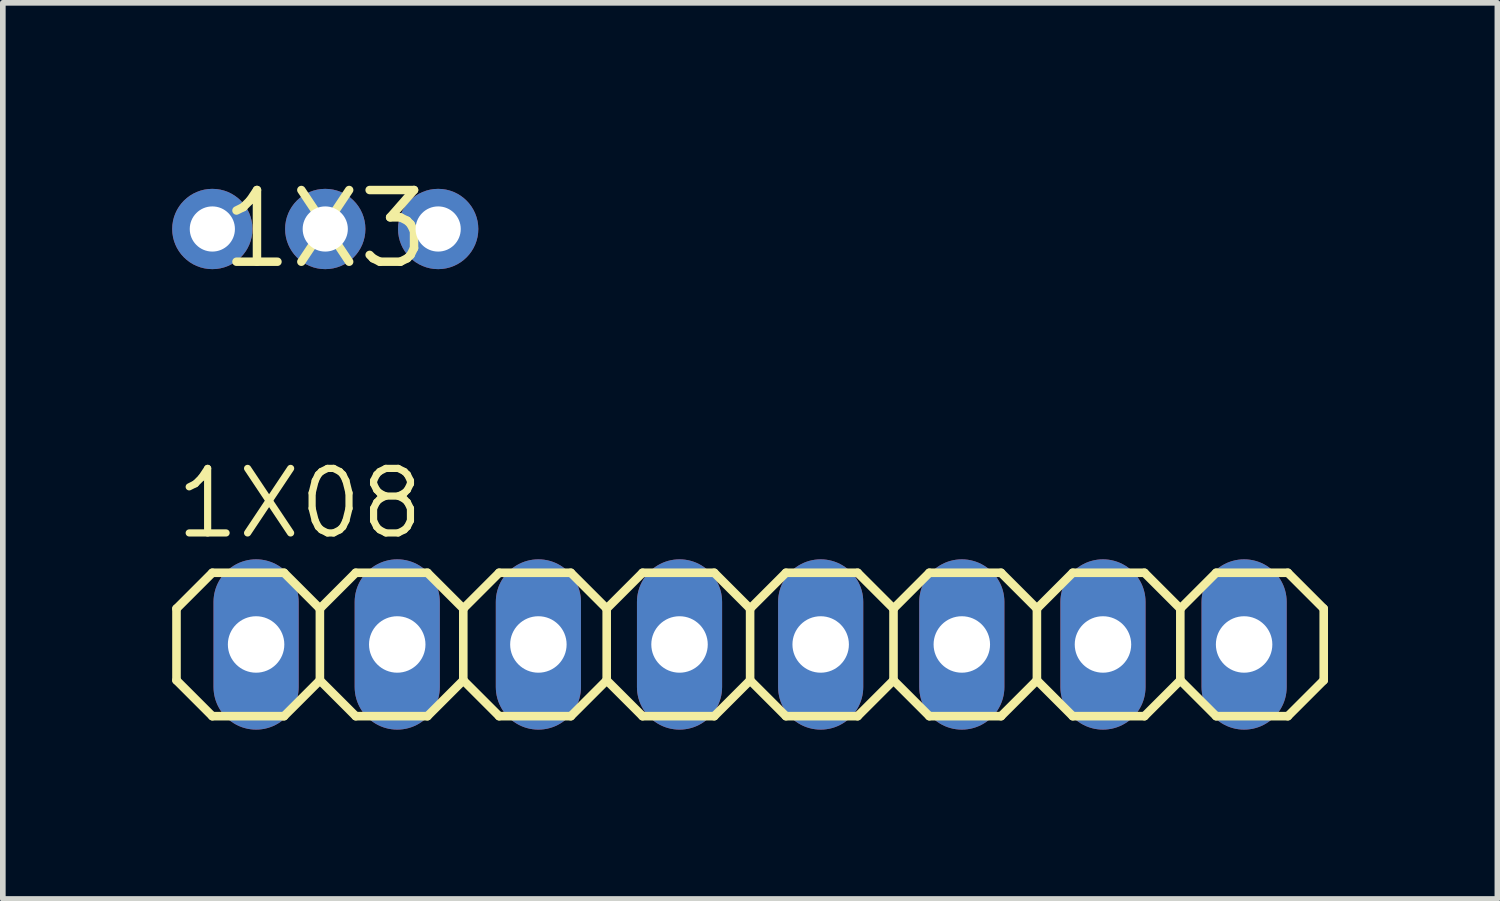
<source format=kicad_pcb>
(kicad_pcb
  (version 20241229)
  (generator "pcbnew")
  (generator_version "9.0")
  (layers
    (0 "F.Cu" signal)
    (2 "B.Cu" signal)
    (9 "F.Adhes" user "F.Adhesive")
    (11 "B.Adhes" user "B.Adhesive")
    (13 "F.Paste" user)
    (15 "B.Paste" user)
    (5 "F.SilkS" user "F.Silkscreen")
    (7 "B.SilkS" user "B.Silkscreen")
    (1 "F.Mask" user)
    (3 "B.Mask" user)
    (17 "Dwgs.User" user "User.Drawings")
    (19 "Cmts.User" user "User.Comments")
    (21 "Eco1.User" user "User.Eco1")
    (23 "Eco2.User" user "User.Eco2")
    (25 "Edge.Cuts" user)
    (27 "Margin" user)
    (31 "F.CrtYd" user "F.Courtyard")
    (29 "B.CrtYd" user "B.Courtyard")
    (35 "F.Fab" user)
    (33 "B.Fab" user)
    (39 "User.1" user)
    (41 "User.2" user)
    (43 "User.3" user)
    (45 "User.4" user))
  (footprint "1X3"
    (layer "F.Cu")
    (at 2.711 1.006)
    (property "Reference" "1X3" (at 0 0 0) (layer "F.SilkS") (effects (font (size 1.27 1.27) (thickness 0.15))))
    (fp_poly (pts (xy -2.254 0.254) (xy -1.746 0.254) (xy -1.746 -0.254) (xy -2.254 -0.254)) (stroke (width 0) (type solid)) (fill yes) (layer "F.SilkS"))
    (fp_poly (pts (xy -0.254 0.254) (xy 0.254 0.254) (xy 0.254 -0.254) (xy -0.254 -0.254)) (stroke (width 0) (type solid)) (fill yes) (layer "F.SilkS"))
    (fp_poly (pts (xy 1.746 0.254) (xy 2.254 0.254) (xy 2.254 -0.254) (xy 1.746 -0.254)) (stroke (width 0) (type solid)) (fill yes) (layer "F.SilkS"))
    (pad "1" thru_hole circle (at -2 0) (size 1.422 1.422) (drill 0.8) (layers "*.Cu" "*.Mask"))
    (pad "2" thru_hole circle (at 0 0) (size 1.422 1.422) (drill 0.8) (layers "*.Cu" "*.Mask"))
    (pad "3" thru_hole circle (at 2 0) (size 1.422 1.422) (drill 0.8) (layers "*.Cu" "*.Mask")))
  (footprint "1X08"
    (layer "F.Cu")
    (at 10.236 8.365)
    (property "Reference" "1X08" (at -10.236 -1.829 0) (layer "F.SilkS") (effects (font (size 1.143 1.143) (thickness 0.127)) (justify left bottom)))
    (fp_line (start -10.16 -0.635) (end -10.16 0.635) (stroke (width 0.152) (type solid)) (layer "F.SilkS"))
    (fp_line (start -10.16 0.635) (end -9.525 1.27) (stroke (width 0.152) (type solid)) (layer "F.SilkS"))
    (fp_line (start -9.525 -1.27) (end -10.16 -0.635) (stroke (width 0.152) (type solid)) (layer "F.SilkS"))
    (fp_line (start -9.525 -1.27) (end -8.255 -1.27) (stroke (width 0.152) (type solid)) (layer "F.SilkS"))
    (fp_line (start -8.255 -1.27) (end -7.62 -0.635) (stroke (width 0.152) (type solid)) (layer "F.SilkS"))
    (fp_line (start -8.255 1.27) (end -9.525 1.27) (stroke (width 0.152) (type solid)) (layer "F.SilkS"))
    (fp_line (start -7.62 -0.635) (end -7.62 0.635) (stroke (width 0.152) (type solid)) (layer "F.SilkS"))
    (fp_line (start -7.62 -0.635) (end -6.985 -1.27) (stroke (width 0.152) (type solid)) (layer "F.SilkS"))
    (fp_line (start -7.62 0.635) (end -8.255 1.27) (stroke (width 0.152) (type solid)) (layer "F.SilkS"))
    (fp_line (start -6.985 -1.27) (end -5.715 -1.27) (stroke (width 0.152) (type solid)) (layer "F.SilkS"))
    (fp_line (start -6.985 1.27) (end -7.62 0.635) (stroke (width 0.152) (type solid)) (layer "F.SilkS"))
    (fp_line (start -5.715 -1.27) (end -5.08 -0.635) (stroke (width 0.152) (type solid)) (layer "F.SilkS"))
    (fp_line (start -5.715 1.27) (end -6.985 1.27) (stroke (width 0.152) (type solid)) (layer "F.SilkS"))
    (fp_line (start -5.08 -0.635) (end -5.08 0.635) (stroke (width 0.152) (type solid)) (layer "F.SilkS"))
    (fp_line (start -5.08 -0.635) (end -4.445 -1.27) (stroke (width 0.152) (type solid)) (layer "F.SilkS"))
    (fp_line (start -5.08 0.635) (end -5.715 1.27) (stroke (width 0.152) (type solid)) (layer "F.SilkS"))
    (fp_line (start -4.445 -1.27) (end -3.175 -1.27) (stroke (width 0.152) (type solid)) (layer "F.SilkS"))
    (fp_line (start -4.445 1.27) (end -5.08 0.635) (stroke (width 0.152) (type solid)) (layer "F.SilkS"))
    (fp_line (start -3.175 -1.27) (end -2.54 -0.635) (stroke (width 0.152) (type solid)) (layer "F.SilkS"))
    (fp_line (start -3.175 1.27) (end -4.445 1.27) (stroke (width 0.152) (type solid)) (layer "F.SilkS"))
    (fp_line (start -2.54 -0.635) (end -2.54 0.635) (stroke (width 0.152) (type solid)) (layer "F.SilkS"))
    (fp_line (start -2.54 0.635) (end -3.175 1.27) (stroke (width 0.152) (type solid)) (layer "F.SilkS"))
    (fp_line (start -2.54 0.635) (end -1.905 1.27) (stroke (width 0.152) (type solid)) (layer "F.SilkS"))
    (fp_line (start -1.905 -1.27) (end -2.54 -0.635) (stroke (width 0.152) (type solid)) (layer "F.SilkS"))
    (fp_line (start -1.905 -1.27) (end -0.635 -1.27) (stroke (width 0.152) (type solid)) (layer "F.SilkS"))
    (fp_line (start -0.635 -1.27) (end 0 -0.635) (stroke (width 0.152) (type solid)) (layer "F.SilkS"))
    (fp_line (start -0.635 1.27) (end -1.905 1.27) (stroke (width 0.152) (type solid)) (layer "F.SilkS"))
    (fp_line (start 0 -0.635) (end 0 0.635) (stroke (width 0.152) (type solid)) (layer "F.SilkS"))
    (fp_line (start 0 -0.635) (end 0.635 -1.27) (stroke (width 0.152) (type solid)) (layer "F.SilkS"))
    (fp_line (start 0 0.635) (end -0.635 1.27) (stroke (width 0.152) (type solid)) (layer "F.SilkS"))
    (fp_line (start 0.635 -1.27) (end 1.905 -1.27) (stroke (width 0.152) (type solid)) (layer "F.SilkS"))
    (fp_line (start 0.635 1.27) (end 0 0.635) (stroke (width 0.152) (type solid)) (layer "F.SilkS"))
    (fp_line (start 1.905 -1.27) (end 2.54 -0.635) (stroke (width 0.152) (type solid)) (layer "F.SilkS"))
    (fp_line (start 1.905 1.27) (end 0.635 1.27) (stroke (width 0.152) (type solid)) (layer "F.SilkS"))
    (fp_line (start 2.54 -0.635) (end 2.54 0.635) (stroke (width 0.152) (type solid)) (layer "F.SilkS"))
    (fp_line (start 2.54 -0.635) (end 3.175 -1.27) (stroke (width 0.152) (type solid)) (layer "F.SilkS"))
    (fp_line (start 2.54 0.635) (end 1.905 1.27) (stroke (width 0.152) (type solid)) (layer "F.SilkS"))
    (fp_line (start 3.175 -1.27) (end 4.445 -1.27) (stroke (width 0.152) (type solid)) (layer "F.SilkS"))
    (fp_line (start 3.175 1.27) (end 2.54 0.635) (stroke (width 0.152) (type solid)) (layer "F.SilkS"))
    (fp_line (start 4.445 -1.27) (end 5.08 -0.635) (stroke (width 0.152) (type solid)) (layer "F.SilkS"))
    (fp_line (start 4.445 1.27) (end 3.175 1.27) (stroke (width 0.152) (type solid)) (layer "F.SilkS"))
    (fp_line (start 5.08 -0.635) (end 5.08 0.635) (stroke (width 0.152) (type solid)) (layer "F.SilkS"))
    (fp_line (start 5.08 0.635) (end 4.445 1.27) (stroke (width 0.152) (type solid)) (layer "F.SilkS"))
    (fp_line (start 5.08 0.635) (end 5.715 1.27) (stroke (width 0.152) (type solid)) (layer "F.SilkS"))
    (fp_line (start 5.715 -1.27) (end 5.08 -0.635) (stroke (width 0.152) (type solid)) (layer "F.SilkS"))
    (fp_line (start 5.715 -1.27) (end 6.985 -1.27) (stroke (width 0.152) (type solid)) (layer "F.SilkS"))
    (fp_line (start 6.985 -1.27) (end 7.62 -0.635) (stroke (width 0.152) (type solid)) (layer "F.SilkS"))
    (fp_line (start 6.985 1.27) (end 5.715 1.27) (stroke (width 0.152) (type solid)) (layer "F.SilkS"))
    (fp_line (start 7.62 -0.635) (end 7.62 0.635) (stroke (width 0.152) (type solid)) (layer "F.SilkS"))
    (fp_line (start 7.62 0.635) (end 6.985 1.27) (stroke (width 0.152) (type solid)) (layer "F.SilkS"))
    (fp_line (start 7.62 0.635) (end 8.255 1.27) (stroke (width 0.152) (type solid)) (layer "F.SilkS"))
    (fp_line (start 8.255 -1.27) (end 7.62 -0.635) (stroke (width 0.152) (type solid)) (layer "F.SilkS"))
    (fp_line (start 8.255 -1.27) (end 9.525 -1.27) (stroke (width 0.152) (type solid)) (layer "F.SilkS"))
    (fp_line (start 9.525 -1.27) (end 10.16 -0.635) (stroke (width 0.152) (type solid)) (layer "F.SilkS"))
    (fp_line (start 9.525 1.27) (end 8.255 1.27) (stroke (width 0.152) (type solid)) (layer "F.SilkS"))
    (fp_line (start 10.16 -0.635) (end 10.16 0.635) (stroke (width 0.152) (type solid)) (layer "F.SilkS"))
    (fp_line (start 10.16 0.635) (end 9.525 1.27) (stroke (width 0.152) (type solid)) (layer "F.SilkS"))
    (fp_poly (pts (xy -9 0.25) (xy -8.5 0.25) (xy -8.5 -0.25) (xy -9 -0.25)) (stroke (width 0.1) (type solid)) (fill no) (layer "F.Fab"))
    (fp_poly (pts (xy -6.5 0.25) (xy -6 0.25) (xy -6 -0.25) (xy -6.5 -0.25)) (stroke (width 0.1) (type solid)) (fill no) (layer "F.Fab"))
    (fp_poly (pts (xy -4 0.25) (xy -3.5 0.25) (xy -3.5 -0.25) (xy -4 -0.25)) (stroke (width 0.1) (type solid)) (fill no) (layer "F.Fab"))
    (fp_poly (pts (xy -4 0.25) (xy -3.5 0.25) (xy -3.5 -0.25) (xy -4 -0.25)) (stroke (width 0.1) (type solid)) (fill no) (layer "F.Fab"))
    (fp_poly (pts (xy -1.5 0.25) (xy -1 0.25) (xy -1 -0.25) (xy -1.5 -0.25)) (stroke (width 0.1) (type solid)) (fill no) (layer "F.Fab"))
    (fp_poly (pts (xy 1 0.25) (xy 1.5 0.25) (xy 1.5 -0.25) (xy 1 -0.25)) (stroke (width 0.1) (type solid)) (fill no) (layer "F.Fab"))
    (fp_poly (pts (xy 3.5 0.25) (xy 4 0.25) (xy 4 -0.25) (xy 3.5 -0.25)) (stroke (width 0.1) (type solid)) (fill no) (layer "F.Fab"))
    (fp_poly (pts (xy 6 0.25) (xy 6.5 0.25) (xy 6.5 -0.25) (xy 6 -0.25)) (stroke (width 0.1) (type solid)) (fill no) (layer "F.Fab"))
    (fp_poly (pts (xy 6 0.25) (xy 6.5 0.25) (xy 6.5 -0.25) (xy 6 -0.25)) (stroke (width 0.1) (type solid)) (fill no) (layer "F.Fab"))
    (fp_poly (pts (xy 8.5 0.25) (xy 9 0.25) (xy 9 -0.25) (xy 8.5 -0.25)) (stroke (width 0.1) (type solid)) (fill no) (layer "F.Fab"))
    (pad "1" thru_hole oval (at -8.75 0 90) (size 3.016 1.508) (drill 1) (layers "*.Cu" "*.Mask"))
    (pad "2" thru_hole oval (at -6.25 0 90) (size 3.016 1.508) (drill 1) (layers "*.Cu" "*.Mask"))
    (pad "3" thru_hole oval (at -3.75 0 90) (size 3.016 1.508) (drill 1) (layers "*.Cu" "*.Mask"))
    (pad "4" thru_hole oval (at -1.25 0 90) (size 3.016 1.508) (drill 1) (layers "*.Cu" "*.Mask"))
    (pad "5" thru_hole oval (at 1.25 0 90) (size 3.016 1.508) (drill 1) (layers "*.Cu" "*.Mask"))
    (pad "6" thru_hole oval (at 3.75 0 90) (size 3.016 1.508) (drill 1) (layers "*.Cu" "*.Mask"))
    (pad "7" thru_hole oval (at 6.25 0 90) (size 3.016 1.508) (drill 1) (layers "*.Cu" "*.Mask"))
    (pad "8" thru_hole oval (at 8.75 0 90) (size 3.016 1.508) (drill 1) (layers "*.Cu" "*.Mask")))
  (gr_rect
    (start -3 -3)
    (end 23.472 12.873)
    (stroke (width 0.1) (type default))
    (fill no)
    (layer "Edge.Cuts")))
</source>
